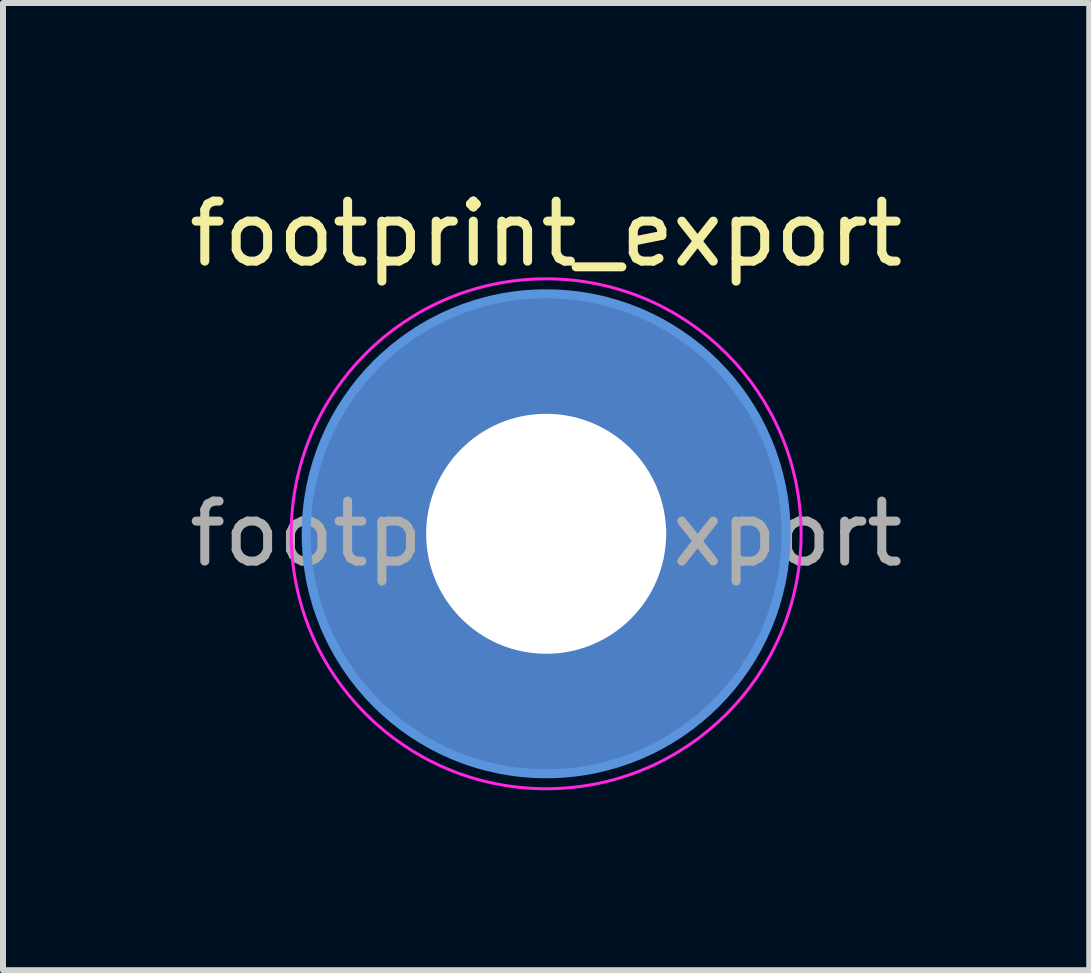
<source format=kicad_pcb>
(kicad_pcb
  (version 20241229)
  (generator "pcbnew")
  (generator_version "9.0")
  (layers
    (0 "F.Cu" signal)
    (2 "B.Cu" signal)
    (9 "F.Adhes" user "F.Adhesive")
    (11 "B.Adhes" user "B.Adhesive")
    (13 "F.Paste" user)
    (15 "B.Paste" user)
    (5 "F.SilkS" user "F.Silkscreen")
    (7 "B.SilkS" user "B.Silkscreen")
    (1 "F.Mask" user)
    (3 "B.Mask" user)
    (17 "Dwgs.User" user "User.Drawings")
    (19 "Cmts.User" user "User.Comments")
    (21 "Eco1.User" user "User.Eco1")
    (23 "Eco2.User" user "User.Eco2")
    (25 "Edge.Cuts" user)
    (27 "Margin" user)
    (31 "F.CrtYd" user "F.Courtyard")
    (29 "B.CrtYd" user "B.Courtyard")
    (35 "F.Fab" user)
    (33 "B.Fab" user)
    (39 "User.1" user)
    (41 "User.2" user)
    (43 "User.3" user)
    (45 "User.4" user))
  (footprint "footprint_export"
    (layer "F.Cu")
    (at 6.054 5.848)
    (property "Reference" "footprint_export" (at 0 -5 0) (layer "F.SilkS") (effects (font (size 1 1) (thickness 0.15))))
    (attr exclude_from_pos_files exclude_from_bom)
    (fp_circle (center 0 0) (end 4 0) (stroke (width 0.15) (type solid)) (fill no) (layer "Cmts.User"))
    (fp_circle (center 0 0) (end 4.25 0) (stroke (width 0.05) (type solid)) (fill no) (layer "F.CrtYd"))
    (fp_text user "${REFERENCE}" (at 0 0 0) (layer "F.Fab") (effects (font (size 1 1) (thickness 0.15))))
    (pad "1" thru_hole circle (at 0 0) (size 8 8) (drill 4) (layers "*.Cu" "*.Mask")))
  (gr_rect
    (start -3 -3)
    (end 15.107 13.123)
    (stroke (width 0.1) (type default))
    (fill no)
    (layer "Edge.Cuts")))
</source>
